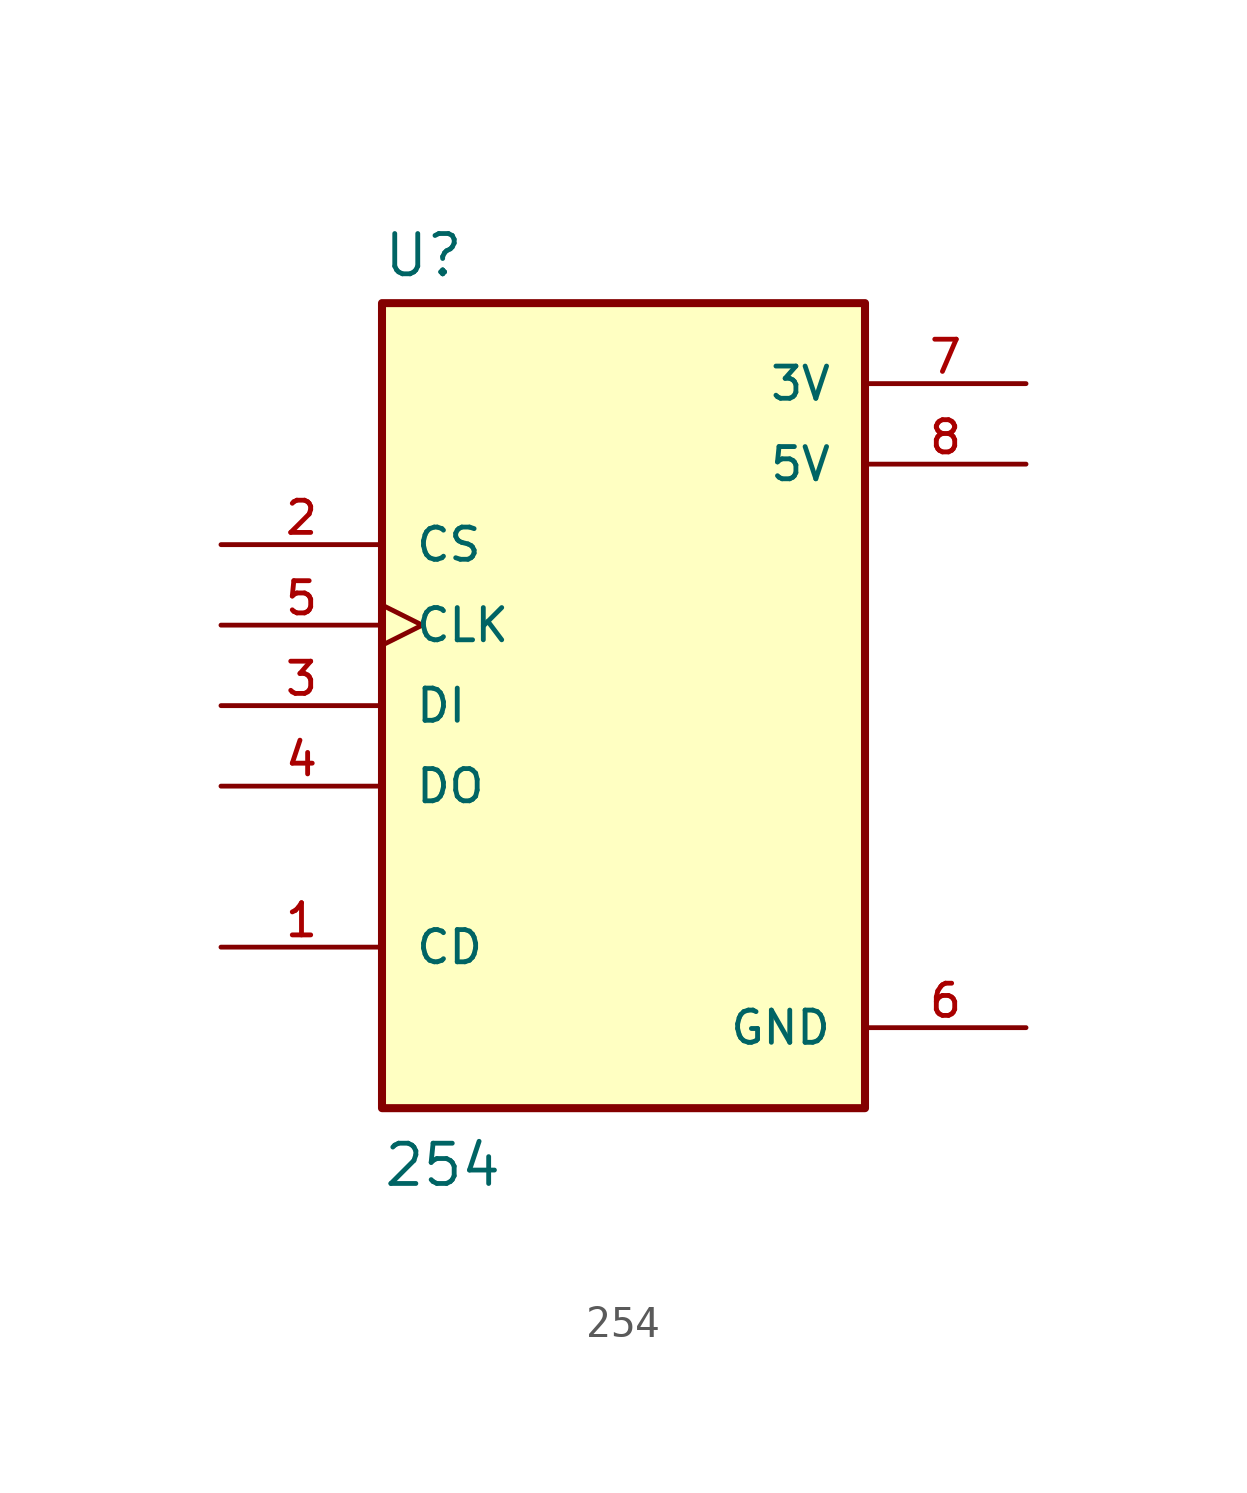
<source format=kicad_sym>
(kicad_symbol_lib
  (version 20211014)
  (generator kicad_symbol_editor)
  (symbol "254"
    (pin_names
      (offset 1.016))
    (property "Reference" "U"
      (at -7.62 13.462 0)
      (effects (font (size 1.27 1.27)) (justify bottom left)))
    (property "Value" "254"
      (at -7.62 -15.24 0)
      (effects (font (size 1.27 1.27)) (justify bottom left)))
    (symbol "254_0_0"
      (rectangle (start -7.62 -12.7) (end 7.62 12.7) (stroke (width 0.254)) (fill (type background)))
      (pin bidirectional line (at -12.7 -7.62 0) (length 5.08) (name "CD" (effects (font (size 1.016 1.016)))) (number "1" (effects (font (size 1.016 1.016)))))
      (pin input line (at -12.7 5.08 0) (length 5.08) (name "CS" (effects (font (size 1.016 1.016)))) (number "2" (effects (font (size 1.016 1.016)))))
      (pin input line (at -12.7 0.0 0) (length 5.08) (name "DI" (effects (font (size 1.016 1.016)))) (number "3" (effects (font (size 1.016 1.016)))))
      (pin output line (at -12.7 -2.54 0) (length 5.08) (name "DO" (effects (font (size 1.016 1.016)))) (number "4" (effects (font (size 1.016 1.016)))))
      (pin input clock (at -12.7 2.54 0) (length 5.08) (name "CLK" (effects (font (size 1.016 1.016)))) (number "5" (effects (font (size 1.016 1.016)))))
      (pin power_in line (at 12.7 -10.16 180.0) (length 5.08) (name "GND" (effects (font (size 1.016 1.016)))) (number "6" (effects (font (size 1.016 1.016)))))
      (pin power_in line (at 12.7 10.16 180.0) (length 5.08) (name "3V" (effects (font (size 1.016 1.016)))) (number "7" (effects (font (size 1.016 1.016)))))
      (pin power_in line (at 12.7 7.62 180.0) (length 5.08) (name "5V" (effects (font (size 1.016 1.016)))) (number "8" (effects (font (size 1.016 1.016))))))))
</source>
